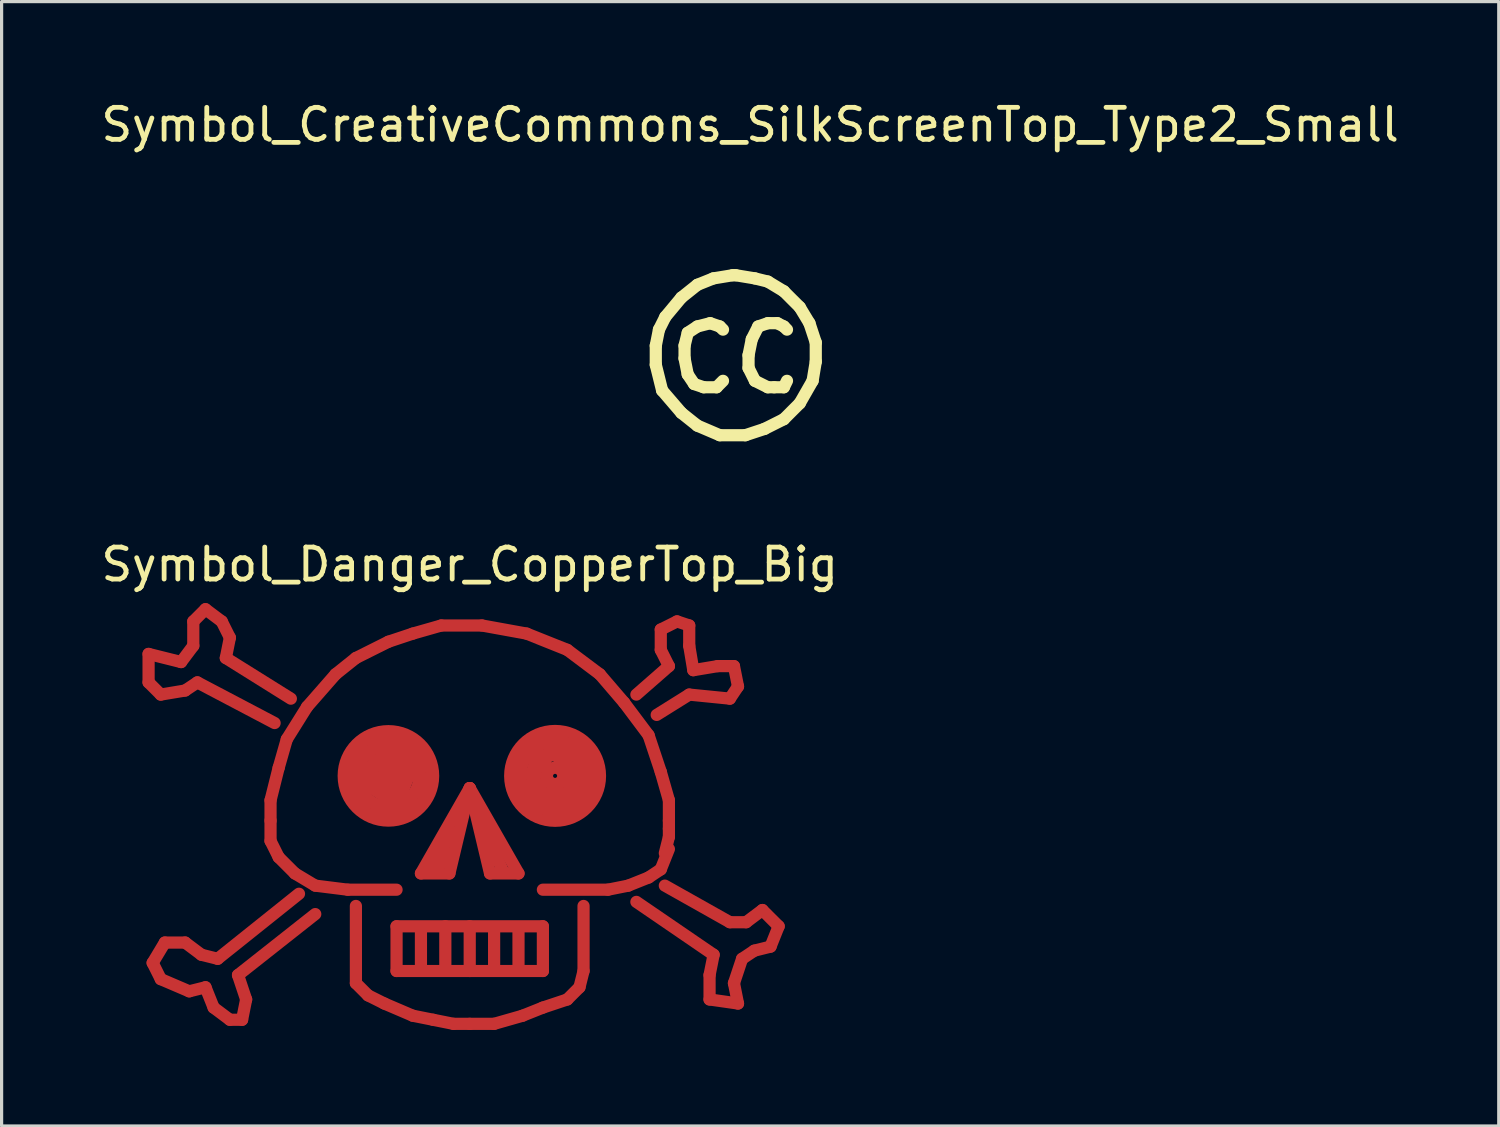
<source format=kicad_pcb>
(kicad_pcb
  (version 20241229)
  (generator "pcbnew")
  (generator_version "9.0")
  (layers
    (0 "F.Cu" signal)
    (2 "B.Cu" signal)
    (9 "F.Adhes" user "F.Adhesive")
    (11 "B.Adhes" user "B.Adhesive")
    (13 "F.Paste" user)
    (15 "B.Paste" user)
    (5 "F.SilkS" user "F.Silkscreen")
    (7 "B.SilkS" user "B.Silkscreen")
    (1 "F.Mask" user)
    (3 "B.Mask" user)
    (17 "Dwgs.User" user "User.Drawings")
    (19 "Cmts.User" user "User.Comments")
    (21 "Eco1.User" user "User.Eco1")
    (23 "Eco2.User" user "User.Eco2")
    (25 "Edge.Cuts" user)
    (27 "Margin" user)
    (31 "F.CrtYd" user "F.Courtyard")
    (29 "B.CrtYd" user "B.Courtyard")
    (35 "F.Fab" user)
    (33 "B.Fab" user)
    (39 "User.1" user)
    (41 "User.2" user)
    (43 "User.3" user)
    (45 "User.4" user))
  (footprint "Symbol_CreativeCommons_SilkScreenTop_Type2_Small"
    (layer "F.Cu")
    (at 19.787 8.148)
    (property "Reference" "Symbol_CreativeCommons_SilkScreenTop_Type2_Small" (at 0.599 -7.3 0) (layer "F.SilkS") (effects (font (size 1 1) (thickness 0.15))))
    (attr exclude_from_pos_files exclude_from_bom)
    (fp_line (start -2.349 -0.4) (end -2.349 0.2) (stroke (width 0.381) (type solid)) (layer "F.SilkS"))
    (fp_line (start -2.349 0.2) (end -2.151 1) (stroke (width 0.381) (type solid)) (layer "F.SilkS"))
    (fp_line (start -2.25 -0.9) (end -2.349 -0.4) (stroke (width 0.381) (type solid)) (layer "F.SilkS"))
    (fp_line (start -2.151 1) (end -1.549 1.701) (stroke (width 0.381) (type solid)) (layer "F.SilkS"))
    (fp_line (start -2.05 -1.299) (end -2.25 -0.9) (stroke (width 0.381) (type solid)) (layer "F.SilkS"))
    (fp_line (start -1.549 -1.901) (end -2.05 -1.299) (stroke (width 0.381) (type solid)) (layer "F.SilkS"))
    (fp_line (start -1.549 1.701) (end -1.049 2.1) (stroke (width 0.381) (type solid)) (layer "F.SilkS"))
    (fp_line (start -1.45 -0.4) (end -1.45 -0.001) (stroke (width 0.381) (type solid)) (layer "F.SilkS"))
    (fp_line (start -1.45 -0.001) (end -1.351 0.499) (stroke (width 0.381) (type solid)) (layer "F.SilkS"))
    (fp_line (start -1.351 -0.801) (end -1.45 -0.4) (stroke (width 0.381) (type solid)) (layer "F.SilkS"))
    (fp_line (start -1.351 0.499) (end -1.15 0.799) (stroke (width 0.381) (type solid)) (layer "F.SilkS"))
    (fp_line (start -1.15 0.799) (end -0.851 0.901) (stroke (width 0.381) (type solid)) (layer "F.SilkS"))
    (fp_line (start -1.049 -2.3) (end -1.549 -1.901) (stroke (width 0.381) (type solid)) (layer "F.SilkS"))
    (fp_line (start -1.049 -0.999) (end -1.351 -0.801) (stroke (width 0.381) (type solid)) (layer "F.SilkS"))
    (fp_line (start -1.049 2.1) (end -0.35 2.399) (stroke (width 0.381) (type solid)) (layer "F.SilkS"))
    (fp_line (start -0.851 0.901) (end -0.449 0.901) (stroke (width 0.381) (type solid)) (layer "F.SilkS"))
    (fp_line (start -0.65 -1.101) (end -1.049 -0.999) (stroke (width 0.381) (type solid)) (layer "F.SilkS"))
    (fp_line (start -0.551 -2.5) (end -1.049 -2.3) (stroke (width 0.381) (type solid)) (layer "F.SilkS"))
    (fp_line (start -0.449 0.901) (end -0.249 0.7) (stroke (width 0.381) (type solid)) (layer "F.SilkS"))
    (fp_line (start -0.35 -0.999) (end -0.65 -1.101) (stroke (width 0.381) (type solid)) (layer "F.SilkS"))
    (fp_line (start -0.35 2.399) (end 0.45 2.399) (stroke (width 0.381) (type solid)) (layer "F.SilkS"))
    (fp_line (start -0.249 -0.9) (end -0.35 -0.999) (stroke (width 0.381) (type solid)) (layer "F.SilkS"))
    (fp_line (start 0.051 -2.599) (end -0.551 -2.5) (stroke (width 0.381) (type solid)) (layer "F.SilkS"))
    (fp_line (start 0.15 -2.599) (end 0.051 -2.599) (stroke (width 0.381) (type solid)) (layer "F.SilkS"))
    (fp_line (start 0.45 2.399) (end 1.049 2.201) (stroke (width 0.381) (type solid)) (layer "F.SilkS"))
    (fp_line (start 0.549 -0.1) (end 0.549 0.299) (stroke (width 0.381) (type solid)) (layer "F.SilkS"))
    (fp_line (start 0.549 0.299) (end 0.749 0.7) (stroke (width 0.381) (type solid)) (layer "F.SilkS"))
    (fp_line (start 0.65 -0.6) (end 0.549 -0.1) (stroke (width 0.381) (type solid)) (layer "F.SilkS"))
    (fp_line (start 0.749 -2.5) (end 0.15 -2.599) (stroke (width 0.381) (type solid)) (layer "F.SilkS"))
    (fp_line (start 0.749 0.7) (end 1.151 0.901) (stroke (width 0.381) (type solid)) (layer "F.SilkS"))
    (fp_line (start 0.851 -0.999) (end 0.65 -0.6) (stroke (width 0.381) (type solid)) (layer "F.SilkS"))
    (fp_line (start 1.049 2.201) (end 1.651 1.899) (stroke (width 0.381) (type solid)) (layer "F.SilkS"))
    (fp_line (start 1.151 -2.401) (end 0.749 -2.5) (stroke (width 0.381) (type solid)) (layer "F.SilkS"))
    (fp_line (start 1.151 -1.101) (end 0.851 -0.999) (stroke (width 0.381) (type solid)) (layer "F.SilkS"))
    (fp_line (start 1.151 0.901) (end 1.349 0.901) (stroke (width 0.381) (type solid)) (layer "F.SilkS"))
    (fp_line (start 1.349 0.901) (end 1.651 0.901) (stroke (width 0.381) (type solid)) (layer "F.SilkS"))
    (fp_line (start 1.45 -1.101) (end 1.151 -1.101) (stroke (width 0.381) (type solid)) (layer "F.SilkS"))
    (fp_line (start 1.651 -2.099) (end 1.151 -2.401) (stroke (width 0.381) (type solid)) (layer "F.SilkS"))
    (fp_line (start 1.651 -0.999) (end 1.45 -1.101) (stroke (width 0.381) (type solid)) (layer "F.SilkS"))
    (fp_line (start 1.651 0.901) (end 1.75 0.7) (stroke (width 0.381) (type solid)) (layer "F.SilkS"))
    (fp_line (start 1.651 1.899) (end 2.149 1.401) (stroke (width 0.381) (type solid)) (layer "F.SilkS"))
    (fp_line (start 1.75 -0.9) (end 1.651 -0.999) (stroke (width 0.381) (type solid)) (layer "F.SilkS"))
    (fp_line (start 2.149 -1.601) (end 1.651 -2.099) (stroke (width 0.381) (type solid)) (layer "F.SilkS"))
    (fp_line (start 2.149 1.401) (end 2.55 0.7) (stroke (width 0.381) (type solid)) (layer "F.SilkS"))
    (fp_line (start 2.451 -1.101) (end 2.149 -1.601) (stroke (width 0.381) (type solid)) (layer "F.SilkS"))
    (fp_line (start 2.55 0.7) (end 2.649 0.101) (stroke (width 0.381) (type solid)) (layer "F.SilkS"))
    (fp_line (start 2.649 -0.499) (end 2.451 -1.101) (stroke (width 0.381) (type solid)) (layer "F.SilkS"))
    (fp_line (start 2.649 0.101) (end 2.649 -0.499) (stroke (width 0.381) (type solid)) (layer "F.SilkS")))
  (footprint "Symbol_Danger_CopperTop_Big"
    (layer "F.Cu")
    (at 11.625 22.714)
    (property "Reference" "Symbol_Danger_CopperTop_Big" (at 0 -8.128 0) (layer "F.SilkS") (effects (font (size 1 1) (thickness 0.15))))
    (attr through_hole)
    (fp_line (start -10.033 -5.334) (end -10.033 -4.445) (stroke (width 0.381) (type solid)) (layer "F.Cu"))
    (fp_line (start -10.033 -4.445) (end -9.652 -4.064) (stroke (width 0.381) (type solid)) (layer "F.Cu"))
    (fp_line (start -9.906 4.318) (end -9.652 4.826) (stroke (width 0.381) (type solid)) (layer "F.Cu"))
    (fp_line (start -9.652 -4.064) (end -8.89 -4.191) (stroke (width 0.381) (type solid)) (layer "F.Cu"))
    (fp_line (start -9.652 4.826) (end -8.763 5.207) (stroke (width 0.381) (type solid)) (layer "F.Cu"))
    (fp_line (start -9.525 3.683) (end -9.906 4.318) (stroke (width 0.381) (type solid)) (layer "F.Cu"))
    (fp_line (start -9.017 -5.08) (end -10.033 -5.334) (stroke (width 0.381) (type solid)) (layer "F.Cu"))
    (fp_line (start -8.89 -4.191) (end -8.509 -4.445) (stroke (width 0.381) (type solid)) (layer "F.Cu"))
    (fp_line (start -8.89 3.683) (end -9.525 3.683) (stroke (width 0.381) (type solid)) (layer "F.Cu"))
    (fp_line (start -8.763 5.207) (end -8.255 5.08) (stroke (width 0.381) (type solid)) (layer "F.Cu"))
    (fp_line (start -8.636 -6.35) (end -8.636 -5.588) (stroke (width 0.381) (type solid)) (layer "F.Cu"))
    (fp_line (start -8.636 -5.588) (end -9.017 -5.08) (stroke (width 0.381) (type solid)) (layer "F.Cu"))
    (fp_line (start -8.509 -4.445) (end -6.096 -3.175) (stroke (width 0.381) (type solid)) (layer "F.Cu"))
    (fp_line (start -8.382 4.064) (end -8.89 3.683) (stroke (width 0.381) (type solid)) (layer "F.Cu"))
    (fp_line (start -8.255 -6.731) (end -8.636 -6.35) (stroke (width 0.381) (type solid)) (layer "F.Cu"))
    (fp_line (start -8.255 5.08) (end -8.001 5.715) (stroke (width 0.381) (type solid)) (layer "F.Cu"))
    (fp_line (start -8.001 5.715) (end -7.493 6.096) (stroke (width 0.381) (type solid)) (layer "F.Cu"))
    (fp_line (start -7.874 4.191) (end -8.382 4.064) (stroke (width 0.381) (type solid)) (layer "F.Cu"))
    (fp_line (start -7.747 -6.35) (end -8.255 -6.731) (stroke (width 0.381) (type solid)) (layer "F.Cu"))
    (fp_line (start -7.62 -5.207) (end -7.493 -5.842) (stroke (width 0.381) (type solid)) (layer "F.Cu"))
    (fp_line (start -7.493 -5.842) (end -7.747 -6.35) (stroke (width 0.381) (type solid)) (layer "F.Cu"))
    (fp_line (start -7.493 6.096) (end -7.112 6.096) (stroke (width 0.381) (type solid)) (layer "F.Cu"))
    (fp_line (start -7.239 4.699) (end -4.826 2.794) (stroke (width 0.381) (type solid)) (layer "F.Cu"))
    (fp_line (start -7.112 6.096) (end -6.985 5.461) (stroke (width 0.381) (type solid)) (layer "F.Cu"))
    (fp_line (start -6.985 5.461) (end -7.239 4.699) (stroke (width 0.381) (type solid)) (layer "F.Cu"))
    (fp_line (start -6.223 -0.762) (end -5.969 -1.778) (stroke (width 0.381) (type solid)) (layer "F.Cu"))
    (fp_line (start -6.223 -0.127) (end -6.223 -0.762) (stroke (width 0.381) (type solid)) (layer "F.Cu"))
    (fp_line (start -6.223 0.508) (end -6.223 -0.127) (stroke (width 0.381) (type solid)) (layer "F.Cu"))
    (fp_line (start -5.969 -1.778) (end -5.715 -2.667) (stroke (width 0.381) (type solid)) (layer "F.Cu"))
    (fp_line (start -5.969 1.016) (end -6.223 0.508) (stroke (width 0.381) (type solid)) (layer "F.Cu"))
    (fp_line (start -5.715 -2.667) (end -5.08 -3.683) (stroke (width 0.381) (type solid)) (layer "F.Cu"))
    (fp_line (start -5.588 -3.937) (end -7.62 -5.207) (stroke (width 0.381) (type solid)) (layer "F.Cu"))
    (fp_line (start -5.461 1.524) (end -5.969 1.016) (stroke (width 0.381) (type solid)) (layer "F.Cu"))
    (fp_line (start -5.334 2.159) (end -7.874 4.191) (stroke (width 0.381) (type solid)) (layer "F.Cu"))
    (fp_line (start -5.08 -3.683) (end -4.191 -4.699) (stroke (width 0.381) (type solid)) (layer "F.Cu"))
    (fp_line (start -4.826 1.905) (end -5.461 1.524) (stroke (width 0.381) (type solid)) (layer "F.Cu"))
    (fp_line (start -4.191 -4.699) (end -3.556 -5.207) (stroke (width 0.381) (type solid)) (layer "F.Cu"))
    (fp_line (start -3.81 2.032) (end -4.826 1.905) (stroke (width 0.381) (type solid)) (layer "F.Cu"))
    (fp_line (start -3.683 -1.905) (end -3.683 -1.27) (stroke (width 0.381) (type solid)) (layer "F.Cu"))
    (fp_line (start -3.683 -1.27) (end -3.429 -0.762) (stroke (width 0.381) (type solid)) (layer "F.Cu"))
    (fp_line (start -3.556 -5.207) (end -2.54 -5.715) (stroke (width 0.381) (type solid)) (layer "F.Cu"))
    (fp_line (start -3.556 2.54) (end -3.556 4.953) (stroke (width 0.381) (type solid)) (layer "F.Cu"))
    (fp_line (start -3.556 4.953) (end -3.175 5.334) (stroke (width 0.381) (type solid)) (layer "F.Cu"))
    (fp_line (start -3.429 -0.762) (end -3.048 -0.508) (stroke (width 0.381) (type solid)) (layer "F.Cu"))
    (fp_line (start -3.302 -1.524) (end -3.048 -1.143) (stroke (width 0.381) (type solid)) (layer "F.Cu"))
    (fp_line (start -3.175 -2.413) (end -3.683 -1.905) (stroke (width 0.381) (type solid)) (layer "F.Cu"))
    (fp_line (start -3.175 5.334) (end -2.667 5.588) (stroke (width 0.381) (type solid)) (layer "F.Cu"))
    (fp_line (start -3.048 -1.143) (end -2.667 -0.889) (stroke (width 0.381) (type solid)) (layer "F.Cu"))
    (fp_line (start -3.048 -0.508) (end -2.54 -0.381) (stroke (width 0.381) (type solid)) (layer "F.Cu"))
    (fp_line (start -2.921 -2.032) (end -3.302 -1.524) (stroke (width 0.381) (type solid)) (layer "F.Cu"))
    (fp_line (start -2.794 -1.397) (end -2.413 -1.27) (stroke (width 0.381) (type solid)) (layer "F.Cu"))
    (fp_line (start -2.667 -2.667) (end -3.175 -2.413) (stroke (width 0.381) (type solid)) (layer "F.Cu"))
    (fp_line (start -2.667 -0.889) (end -2.159 -0.889) (stroke (width 0.381) (type solid)) (layer "F.Cu"))
    (fp_line (start -2.667 5.588) (end -1.778 5.969) (stroke (width 0.381) (type solid)) (layer "F.Cu"))
    (fp_line (start -2.54 -5.715) (end -1.778 -5.969) (stroke (width 0.381) (type solid)) (layer "F.Cu"))
    (fp_line (start -2.54 -2.667) (end -2.921 -2.032) (stroke (width 0.381) (type solid)) (layer "F.Cu"))
    (fp_line (start -2.54 -2.286) (end -2.794 -1.397) (stroke (width 0.381) (type solid)) (layer "F.Cu"))
    (fp_line (start -2.54 -0.381) (end -1.778 -0.635) (stroke (width 0.381) (type solid)) (layer "F.Cu"))
    (fp_line (start -2.413 -1.27) (end -2.413 -1.778) (stroke (width 0.381) (type solid)) (layer "F.Cu"))
    (fp_line (start -2.286 2.032) (end -3.81 2.032) (stroke (width 0.381) (type solid)) (layer "F.Cu"))
    (fp_line (start -2.286 3.175) (end 2.286 3.175) (stroke (width 0.381) (type solid)) (layer "F.Cu"))
    (fp_line (start -2.286 4.572) (end -2.286 3.175) (stroke (width 0.381) (type solid)) (layer "F.Cu"))
    (fp_line (start -2.159 -0.889) (end -1.905 -1.524) (stroke (width 0.381) (type solid)) (layer "F.Cu"))
    (fp_line (start -2.032 -2.667) (end -2.54 -2.667) (stroke (width 0.381) (type solid)) (layer "F.Cu"))
    (fp_line (start -2.032 -2.032) (end -2.54 -2.286) (stroke (width 0.381) (type solid)) (layer "F.Cu"))
    (fp_line (start -1.905 -1.524) (end -2.032 -2.032) (stroke (width 0.381) (type solid)) (layer "F.Cu"))
    (fp_line (start -1.778 -5.969) (end -0.889 -6.223) (stroke (width 0.381) (type solid)) (layer "F.Cu"))
    (fp_line (start -1.778 -0.635) (end -1.397 -1.27) (stroke (width 0.381) (type solid)) (layer "F.Cu"))
    (fp_line (start -1.778 5.969) (end -1.143 6.096) (stroke (width 0.381) (type solid)) (layer "F.Cu"))
    (fp_line (start -1.651 -2.159) (end -2.032 -2.667) (stroke (width 0.381) (type solid)) (layer "F.Cu"))
    (fp_line (start -1.524 1.524) (end 0 -1.143) (stroke (width 0.381) (type solid)) (layer "F.Cu"))
    (fp_line (start -1.524 3.302) (end -1.524 4.445) (stroke (width 0.381) (type solid)) (layer "F.Cu"))
    (fp_line (start -1.397 -1.905) (end -1.651 -2.159) (stroke (width 0.381) (type solid)) (layer "F.Cu"))
    (fp_line (start -1.397 -1.27) (end -1.397 -1.905) (stroke (width 0.381) (type solid)) (layer "F.Cu"))
    (fp_line (start -1.143 6.096) (end -0.508 6.223) (stroke (width 0.381) (type solid)) (layer "F.Cu"))
    (fp_line (start -1.016 1.397) (end -0.635 0.762) (stroke (width 0.381) (type solid)) (layer "F.Cu"))
    (fp_line (start -0.889 -6.223) (end 0.381 -6.223) (stroke (width 0.381) (type solid)) (layer "F.Cu"))
    (fp_line (start -0.762 3.175) (end -0.762 4.445) (stroke (width 0.381) (type solid)) (layer "F.Cu"))
    (fp_line (start -0.635 1.524) (end -1.524 1.524) (stroke (width 0.381) (type solid)) (layer "F.Cu"))
    (fp_line (start -0.508 6.223) (end 0 6.223) (stroke (width 0.381) (type solid)) (layer "F.Cu"))
    (fp_line (start -0.381 -0.254) (end -1.143 1.27) (stroke (width 0.381) (type solid)) (layer "F.Cu"))
    (fp_line (start 0 -1.143) (end -0.635 1.524) (stroke (width 0.381) (type solid)) (layer "F.Cu"))
    (fp_line (start 0 -1.143) (end 1.524 1.524) (stroke (width 0.381) (type solid)) (layer "F.Cu"))
    (fp_line (start 0 3.175) (end 0 4.572) (stroke (width 0.381) (type solid)) (layer "F.Cu"))
    (fp_line (start 0.381 -6.223) (end 1.778 -5.969) (stroke (width 0.381) (type solid)) (layer "F.Cu"))
    (fp_line (start 0.381 0) (end 1.016 1.397) (stroke (width 0.381) (type solid)) (layer "F.Cu"))
    (fp_line (start 0.635 1.524) (end 0 -1.143) (stroke (width 0.381) (type solid)) (layer "F.Cu"))
    (fp_line (start 0.762 3.302) (end 0.762 4.445) (stroke (width 0.381) (type solid)) (layer "F.Cu"))
    (fp_line (start 0.762 6.223) (end 0 6.223) (stroke (width 0.381) (type solid)) (layer "F.Cu"))
    (fp_line (start 1.524 1.524) (end 0.635 1.524) (stroke (width 0.381) (type solid)) (layer "F.Cu"))
    (fp_line (start 1.524 3.302) (end 1.524 4.445) (stroke (width 0.381) (type solid)) (layer "F.Cu"))
    (fp_line (start 1.651 5.969) (end 0.762 6.223) (stroke (width 0.381) (type solid)) (layer "F.Cu"))
    (fp_line (start 1.778 -5.969) (end 3.048 -5.461) (stroke (width 0.381) (type solid)) (layer "F.Cu"))
    (fp_line (start 1.778 -1.143) (end 2.54 -0.762) (stroke (width 0.381) (type solid)) (layer "F.Cu"))
    (fp_line (start 2.159 -2.286) (end 1.778 -1.143) (stroke (width 0.381) (type solid)) (layer "F.Cu"))
    (fp_line (start 2.286 -1.524) (end 2.413 -1.143) (stroke (width 0.381) (type solid)) (layer "F.Cu"))
    (fp_line (start 2.286 2.032) (end 4.318 2.032) (stroke (width 0.381) (type solid)) (layer "F.Cu"))
    (fp_line (start 2.286 3.175) (end 2.286 4.572) (stroke (width 0.381) (type solid)) (layer "F.Cu"))
    (fp_line (start 2.286 4.572) (end -2.286 4.572) (stroke (width 0.381) (type solid)) (layer "F.Cu"))
    (fp_line (start 2.286 5.715) (end 1.651 5.969) (stroke (width 0.381) (type solid)) (layer "F.Cu"))
    (fp_line (start 2.413 -2.286) (end 2.286 -1.524) (stroke (width 0.381) (type solid)) (layer "F.Cu"))
    (fp_line (start 2.413 -1.143) (end 2.794 -1.143) (stroke (width 0.381) (type solid)) (layer "F.Cu"))
    (fp_line (start 2.54 -0.762) (end 3.175 -0.762) (stroke (width 0.381) (type solid)) (layer "F.Cu"))
    (fp_line (start 2.794 -1.143) (end 3.048 -1.524) (stroke (width 0.381) (type solid)) (layer "F.Cu"))
    (fp_line (start 3.048 -5.461) (end 4.064 -4.699) (stroke (width 0.381) (type solid)) (layer "F.Cu"))
    (fp_line (start 3.048 -2.286) (end 2.413 -2.286) (stroke (width 0.381) (type solid)) (layer "F.Cu"))
    (fp_line (start 3.048 -1.524) (end 2.794 -1.905) (stroke (width 0.381) (type solid)) (layer "F.Cu"))
    (fp_line (start 3.048 5.461) (end 2.286 5.715) (stroke (width 0.381) (type solid)) (layer "F.Cu"))
    (fp_line (start 3.175 -0.762) (end 3.556 -1.397) (stroke (width 0.381) (type solid)) (layer "F.Cu"))
    (fp_line (start 3.429 -1.905) (end 3.048 -2.286) (stroke (width 0.381) (type solid)) (layer "F.Cu"))
    (fp_line (start 3.429 5.08) (end 3.048 5.461) (stroke (width 0.381) (type solid)) (layer "F.Cu"))
    (fp_line (start 3.556 -1.397) (end 3.429 -1.905) (stroke (width 0.381) (type solid)) (layer "F.Cu"))
    (fp_line (start 3.556 2.54) (end 3.556 4.572) (stroke (width 0.381) (type solid)) (layer "F.Cu"))
    (fp_line (start 3.556 4.572) (end 3.429 5.08) (stroke (width 0.381) (type solid)) (layer "F.Cu"))
    (fp_line (start 4.064 -4.699) (end 4.826 -3.81) (stroke (width 0.381) (type solid)) (layer "F.Cu"))
    (fp_line (start 4.318 2.032) (end 4.953 1.905) (stroke (width 0.381) (type solid)) (layer "F.Cu"))
    (fp_line (start 4.826 -3.81) (end 5.588 -2.794) (stroke (width 0.381) (type solid)) (layer "F.Cu"))
    (fp_line (start 4.953 1.905) (end 5.588 1.651) (stroke (width 0.381) (type solid)) (layer "F.Cu"))
    (fp_line (start 5.207 -4.064) (end 6.223 -4.953) (stroke (width 0.381) (type solid)) (layer "F.Cu"))
    (fp_line (start 5.588 -2.794) (end 5.969 -1.651) (stroke (width 0.381) (type solid)) (layer "F.Cu"))
    (fp_line (start 5.588 1.651) (end 5.969 1.397) (stroke (width 0.381) (type solid)) (layer "F.Cu"))
    (fp_line (start 5.969 -6.096) (end 6.477 -6.35) (stroke (width 0.381) (type solid)) (layer "F.Cu"))
    (fp_line (start 5.969 -5.461) (end 5.969 -6.096) (stroke (width 0.381) (type solid)) (layer "F.Cu"))
    (fp_line (start 5.969 -1.651) (end 6.223 -0.762) (stroke (width 0.381) (type solid)) (layer "F.Cu"))
    (fp_line (start 5.969 1.397) (end 6.223 0.762) (stroke (width 0.381) (type solid)) (layer "F.Cu"))
    (fp_line (start 6.096 1.905) (end 8.128 3.048) (stroke (width 0.381) (type solid)) (layer "F.Cu"))
    (fp_line (start 6.223 -4.953) (end 5.969 -5.461) (stroke (width 0.381) (type solid)) (layer "F.Cu"))
    (fp_line (start 6.223 -0.762) (end 6.223 -0.127) (stroke (width 0.381) (type solid)) (layer "F.Cu"))
    (fp_line (start 6.223 -0.127) (end 6.223 0.127) (stroke (width 0.381) (type solid)) (layer "F.Cu"))
    (fp_line (start 6.223 0.127) (end 6.223 0.381) (stroke (width 0.381) (type solid)) (layer "F.Cu"))
    (fp_line (start 6.223 0.381) (end 6.096 0.889) (stroke (width 0.381) (type solid)) (layer "F.Cu"))
    (fp_line (start 6.477 -6.35) (end 6.858 -6.223) (stroke (width 0.381) (type solid)) (layer "F.Cu"))
    (fp_line (start 6.858 -6.223) (end 6.858 -5.588) (stroke (width 0.381) (type solid)) (layer "F.Cu"))
    (fp_line (start 6.858 -5.588) (end 6.985 -4.826) (stroke (width 0.381) (type solid)) (layer "F.Cu"))
    (fp_line (start 6.858 -4.064) (end 5.842 -3.429) (stroke (width 0.381) (type solid)) (layer "F.Cu"))
    (fp_line (start 6.985 -4.826) (end 7.747 -4.953) (stroke (width 0.381) (type solid)) (layer "F.Cu"))
    (fp_line (start 7.493 4.699) (end 7.62 4.064) (stroke (width 0.381) (type solid)) (layer "F.Cu"))
    (fp_line (start 7.493 5.461) (end 7.493 4.699) (stroke (width 0.381) (type solid)) (layer "F.Cu"))
    (fp_line (start 7.62 4.064) (end 5.207 2.413) (stroke (width 0.381) (type solid)) (layer "F.Cu"))
    (fp_line (start 7.747 -4.953) (end 8.255 -4.953) (stroke (width 0.381) (type solid)) (layer "F.Cu"))
    (fp_line (start 8.128 -3.937) (end 6.858 -4.064) (stroke (width 0.381) (type solid)) (layer "F.Cu"))
    (fp_line (start 8.128 3.048) (end 8.636 3.048) (stroke (width 0.381) (type solid)) (layer "F.Cu"))
    (fp_line (start 8.255 -4.953) (end 8.382 -4.318) (stroke (width 0.381) (type solid)) (layer "F.Cu"))
    (fp_line (start 8.255 4.953) (end 8.382 5.588) (stroke (width 0.381) (type solid)) (layer "F.Cu"))
    (fp_line (start 8.382 -4.318) (end 8.128 -3.937) (stroke (width 0.381) (type solid)) (layer "F.Cu"))
    (fp_line (start 8.382 5.588) (end 7.493 5.461) (stroke (width 0.381) (type solid)) (layer "F.Cu"))
    (fp_line (start 8.509 4.191) (end 8.255 4.953) (stroke (width 0.381) (type solid)) (layer "F.Cu"))
    (fp_line (start 8.636 3.048) (end 9.144 2.667) (stroke (width 0.381) (type solid)) (layer "F.Cu"))
    (fp_line (start 8.89 3.937) (end 8.509 4.191) (stroke (width 0.381) (type solid)) (layer "F.Cu"))
    (fp_line (start 9.144 2.667) (end 9.652 3.175) (stroke (width 0.381) (type solid)) (layer "F.Cu"))
    (fp_line (start 9.398 3.81) (end 8.89 3.937) (stroke (width 0.381) (type solid)) (layer "F.Cu"))
    (fp_line (start 9.652 3.175) (end 9.398 3.81) (stroke (width 0.381) (type solid)) (layer "F.Cu"))
    (fp_circle (center -2.54 -1.524) (end -2.54 -1.397) (stroke (width 0.381) (type solid)) (fill no) (layer "F.Cu"))
    (fp_circle (center -2.54 -1.524) (end -2.54 -0.127) (stroke (width 0.381) (type solid)) (fill no) (layer "F.Cu"))
    (fp_circle (center -2.54 -1.524) (end -2.413 -1.016) (stroke (width 0.381) (type solid)) (fill no) (layer "F.Cu"))
    (fp_circle (center -2.54 -1.524) (end -2.159 -0.635) (stroke (width 0.381) (type solid)) (fill no) (layer "F.Cu"))
    (fp_circle (center 2.667 -1.524) (end 2.667 -1.27) (stroke (width 0.381) (type solid)) (fill no) (layer "F.Cu"))
    (fp_circle (center 2.667 -1.524) (end 2.794 -0.889) (stroke (width 0.381) (type solid)) (fill no) (layer "F.Cu"))
    (fp_circle (center 2.667 -1.524) (end 2.794 -0.127) (stroke (width 0.381) (type solid)) (fill no) (layer "F.Cu"))
    (fp_circle (center 2.667 -1.524) (end 3.048 -0.508) (stroke (width 0.381) (type solid)) (fill no) (layer "F.Cu")))
  (gr_rect
    (start -3 -3)
    (end 43.774 32.128)
    (stroke (width 0.1) (type default))
    (fill no)
    (layer "Edge.Cuts")))
</source>
